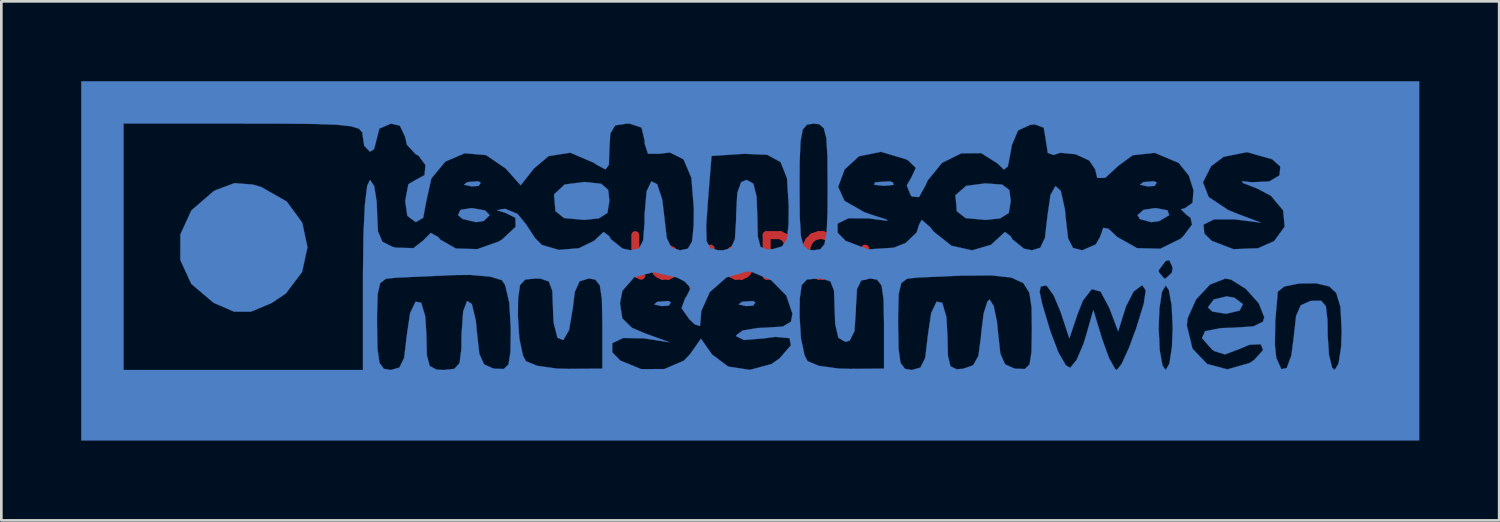
<source format=kicad_pcb>
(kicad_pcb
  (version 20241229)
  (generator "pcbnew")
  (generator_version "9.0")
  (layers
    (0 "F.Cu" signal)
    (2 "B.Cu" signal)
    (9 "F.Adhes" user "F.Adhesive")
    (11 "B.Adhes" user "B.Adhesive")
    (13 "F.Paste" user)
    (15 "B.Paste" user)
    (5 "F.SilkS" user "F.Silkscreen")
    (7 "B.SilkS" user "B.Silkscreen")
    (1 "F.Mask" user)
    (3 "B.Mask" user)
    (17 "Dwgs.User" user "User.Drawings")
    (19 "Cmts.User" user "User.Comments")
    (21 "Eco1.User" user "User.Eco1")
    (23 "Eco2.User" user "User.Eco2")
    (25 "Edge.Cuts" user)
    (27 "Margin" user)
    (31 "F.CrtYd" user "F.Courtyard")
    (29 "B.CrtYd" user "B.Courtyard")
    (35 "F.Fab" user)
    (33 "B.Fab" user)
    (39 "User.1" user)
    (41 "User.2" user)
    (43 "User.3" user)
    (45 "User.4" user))
  (footprint "logoBCu"
    (layer "F.Cu")
    (at 25.14 6.62)
    (property "Reference" "logoBCu" (at 0 0 0) (layer "F.Cu") (effects (font (size 1.524 1.524) (thickness 0.3))))
    (attr through_hole)
    (fp_poly (pts (xy -10.126 -2.806) (xy -10.205 -2.685) (xy -10.473 -2.667) (xy -10.755 -2.731) (xy -10.633 -2.827) (xy -10.219 -2.858) (xy -10.126 -2.806)) (stroke (width 0.01) (type solid)) (fill yes) (layer "B.Cu"))
    (fp_poly (pts (xy -2.982 1.692) (xy -3.061 1.812) (xy -3.329 1.831) (xy -3.612 1.767) (xy -3.489 1.671) (xy -3.076 1.64) (xy -2.982 1.692)) (stroke (width 0.01) (type solid)) (fill yes) (layer "B.Cu"))
    (fp_poly (pts (xy 0.193 1.692) (xy 0.114 1.812) (xy -0.154 1.831) (xy -0.437 1.767) (xy -0.314 1.671) (xy 0.099 1.64) (xy 0.193 1.692)) (stroke (width 0.01) (type solid)) (fill yes) (layer "B.Cu"))
    (fp_poly (pts (xy 5.358 -2.821) (xy 5.391 -2.724) (xy 5.027 -2.688) (xy 4.651 -2.729) (xy 4.696 -2.821) (xy 5.238 -2.856) (xy 5.358 -2.821)) (stroke (width 0.01) (type solid)) (fill yes) (layer "B.Cu"))
    (fp_poly (pts (xy 15.274 -2.806) (xy 15.195 -2.685) (xy 14.927 -2.667) (xy 14.645 -2.731) (xy 14.767 -2.827) (xy 15.181 -2.858) (xy 15.274 -2.806)) (stroke (width 0.01) (type solid)) (fill yes) (layer "B.Cu"))
    (fp_poly (pts (xy -9.962 -1.763) (xy -9.79 -1.587) (xy -10.01 -1.37) (xy -10.303 -1.323) (xy -10.81 -1.444) (xy -10.98 -1.587) (xy -10.887 -1.784) (xy -10.467 -1.852) (xy -9.962 -1.763)) (stroke (width 0.01) (type solid)) (fill yes) (layer "B.Cu"))
    (fp_poly (pts (xy 15.679 -1.768) (xy 15.743 -1.587) (xy 15.37 -1.365) (xy 15.066 -1.323) (xy 14.644 -1.437) (xy 14.552 -1.587) (xy 14.779 -1.785) (xy 15.229 -1.852) (xy 15.679 -1.768)) (stroke (width 0.01) (type solid)) (fill yes) (layer "B.Cu"))
    (fp_poly (pts (xy 18.19 1.516) (xy 18.512 1.757) (xy 18.39 1.999) (xy 17.893 2.116) (xy 17.859 2.117) (xy 17.362 2.036) (xy 17.198 1.88) (xy 17.416 1.583) (xy 17.901 1.467) (xy 18.19 1.516)) (stroke (width 0.01) (type solid)) (fill yes) (layer "B.Cu"))
    (fp_poly (pts (xy -5.601 -2.765) (xy -5.339 -2.538) (xy -5.293 -2.13) (xy -5.366 -1.671) (xy -5.685 -1.467) (xy -6.234 -1.407) (xy -6.999 -1.478) (xy -7.319 -1.738) (xy -7.373 -2.365) (xy -6.974 -2.736) (xy -6.236 -2.832) (xy -5.601 -2.765)) (stroke (width 0.01) (type solid)) (fill yes) (layer "B.Cu"))
    (fp_poly (pts (xy 9.465 -2.734) (xy 9.736 -2.531) (xy 9.788 -2.117) (xy 9.713 -1.666) (xy 9.387 -1.465) (xy 8.847 -1.407) (xy 8.094 -1.475) (xy 7.765 -1.729) (xy 7.71 -2.337) (xy 8.113 -2.685) (xy 8.82 -2.778) (xy 9.465 -2.734)) (stroke (width 0.01) (type solid)) (fill yes) (layer "B.Cu"))
    (fp_poly (pts (xy -18.688 -2.734) (xy -18.373 -2.641) (xy -17.415 -2.097) (xy -16.833 -1.301) (xy -16.637 -0.378) (xy -16.84 0.55) (xy -17.451 1.358) (xy -17.986 1.717) (xy -18.765 2.042) (xy -19.397 2.04) (xy -20.155 1.711) (xy -20.168 1.704) (xy -21 1) (xy -21.413 0.101) (xy -21.412 -0.863) (xy -20.997 -1.766) (xy -20.171 -2.479) (xy -20.084 -2.526) (xy -19.379 -2.788) (xy -18.688 -2.734)) (stroke (width 0.01) (type solid)) (fill yes) (layer "B.Cu"))
    (fp_poly (pts (xy 25.135 6.879) (xy -25.135 6.879) (xy -25.135 -5.027) (xy -23.548 -5.027) (xy -23.548 4.233) (xy -14.552 4.233) (xy -14.552 2.514) (xy -14.023 2.514) (xy -14.006 3.446) (xy -13.931 3.966) (xy -13.764 4.189) (xy -13.508 4.233) (xy -13.182 4.141) (xy -13.004 3.779) (xy -12.914 3.02) (xy -12.913 2.997) (xy -12.781 2.099) (xy -12.575 1.665) (xy -12.362 1.707) (xy -12.208 2.232) (xy -12.171 2.888) (xy -12.15 3.682) (xy -12.044 4.081) (xy -11.787 4.219) (xy -11.509 4.233) (xy -11.117 4.19) (xy -10.921 3.972) (xy -10.854 3.441) (xy -10.848 2.91) (xy -10.786 2.027) (xy -10.639 1.638) (xy -10.462 1.751) (xy -10.312 2.373) (xy -10.267 2.844) (xy -10.18 3.625) (xy -10.003 4.02) (xy -9.662 4.174) (xy -9.591 4.186) (xy -9.26 4.194) (xy -9.082 4.022) (xy -9.009 3.552) (xy -8.996 2.697) (xy -9.024 2.196) (xy -8.731 2.196) (xy -8.677 3.047) (xy -8.54 3.692) (xy -8.429 3.9) (xy -8.001 4.077) (xy -7.26 4.18) (xy -6.842 4.192) (xy -5.556 4.183) (xy -5.556 3.226) (xy -5.187 3.226) (xy -5.186 3.569) (xy -4.885 3.877) (xy -4.096 4.201) (xy -3.227 4.197) (xy -2.493 3.883) (xy -2.264 3.645) (xy -1.852 3.057) (xy -1.44 3.645) (xy -0.83 4.104) (xy -0.013 4.229) (xy 0.798 4.01) (xy 1.104 3.795) (xy 1.53 3.304) (xy 1.476 3.035) (xy 0.942 2.988) (xy 0.529 3.043) (xy -0.232 3.106) (xy -0.526 2.962) (xy -0.529 2.934) (xy -0.294 2.752) (xy 0.296 2.653) (xy 0.529 2.646) (xy 1.222 2.601) (xy 1.528 2.422) (xy 1.572 2.196) (xy 1.852 2.196) (xy 1.906 3.047) (xy 2.044 3.692) (xy 2.154 3.9) (xy 2.582 4.077) (xy 3.324 4.18) (xy 3.742 4.192) (xy 5.027 4.183) (xy 5.027 2.514) (xy 5.556 2.514) (xy 5.573 3.446) (xy 5.648 3.966) (xy 5.815 4.189) (xy 6.071 4.233) (xy 6.397 4.141) (xy 6.575 3.779) (xy 6.665 3.02) (xy 6.666 2.997) (xy 6.799 2.094) (xy 7.004 1.663) (xy 7.217 1.71) (xy 7.371 2.245) (xy 7.408 2.907) (xy 7.428 3.703) (xy 7.525 4.095) (xy 7.757 4.205) (xy 8.004 4.186) (xy 8.376 4.055) (xy 8.574 3.706) (xy 8.669 2.994) (xy 8.68 2.844) (xy 8.771 2.111) (xy 8.913 1.658) (xy 8.996 1.587) (xy 9.148 1.825) (xy 9.272 2.429) (xy 9.312 2.844) (xy 9.399 3.625) (xy 9.576 4.02) (xy 9.917 4.174) (xy 9.988 4.186) (xy 10.317 4.195) (xy 10.495 4.025) (xy 10.569 3.56) (xy 10.583 2.684) (xy 10.583 2.674) (xy 10.573 1.888) (xy 10.49 1.33) (xy 10.463 1.287) (xy 10.872 1.287) (xy 10.965 1.736) (xy 11.208 2.551) (xy 11.295 2.826) (xy 11.582 3.58) (xy 11.86 4.057) (xy 12.02 4.151) (xy 12.262 3.859) (xy 12.525 3.245) (xy 12.595 3.022) (xy 12.892 1.984) (xy 13.235 3.109) (xy 13.482 3.786) (xy 13.705 4.187) (xy 13.776 4.233) (xy 13.956 4.003) (xy 14.231 3.402) (xy 14.51 2.646) (xy 15.346 2.646) (xy 15.386 3.491) (xy 15.491 4.065) (xy 15.61 4.233) (xy 15.751 3.992) (xy 15.847 3.363) (xy 15.875 2.646) (xy 15.871 2.559) (xy 16.404 2.559) (xy 16.618 3.434) (xy 17.17 4.007) (xy 17.927 4.209) (xy 18.757 3.973) (xy 18.933 3.858) (xy 19.272 3.483) (xy 19.193 3.285) (xy 19.713 3.285) (xy 19.765 3.77) (xy 19.955 4.202) (xy 20.159 4.159) (xy 20.332 3.694) (xy 20.425 2.977) (xy 20.511 2.196) (xy 20.689 1.801) (xy 21.03 1.647) (xy 21.101 1.635) (xy 21.452 1.631) (xy 21.628 1.831) (xy 21.69 2.361) (xy 21.696 2.892) (xy 21.743 3.653) (xy 21.863 4.139) (xy 21.96 4.233) (xy 22.106 3.994) (xy 22.202 3.378) (xy 22.225 2.787) (xy 22.179 1.865) (xy 22.019 1.335) (xy 21.759 1.092) (xy 21.259 0.973) (xy 20.621 0.981) (xy 20.068 1.095) (xy 19.823 1.288) (xy 19.728 2.373) (xy 19.713 3.285) (xy 19.193 3.285) (xy 19.185 3.265) (xy 18.769 3.28) (xy 18.397 3.435) (xy 17.84 3.647) (xy 17.431 3.519) (xy 17.339 3.447) (xy 16.975 3.033) (xy 17.09 2.775) (xy 17.699 2.657) (xy 18.124 2.646) (xy 18.909 2.594) (xy 19.266 2.417) (xy 19.315 2.249) (xy 19.108 1.724) (xy 18.624 1.185) (xy 18.068 0.835) (xy 17.859 0.794) (xy 17.275 1.022) (xy 16.749 1.583) (xy 16.435 2.287) (xy 16.404 2.559) (xy 15.871 2.559) (xy 15.835 1.8) (xy 15.73 1.227) (xy 15.61 1.058) (xy 15.469 1.299) (xy 15.374 1.929) (xy 15.346 2.646) (xy 14.51 2.646) (xy 14.789 1.738) (xy 14.862 1.236) (xy 14.741 1.061) (xy 14.705 1.058) (xy 14.404 1.285) (xy 14.121 1.838) (xy 14.094 1.918) (xy 13.825 2.778) (xy 13.497 1.906) (xy 13.165 1.285) (xy 12.833 1.191) (xy 12.498 1.626) (xy 12.298 2.133) (xy 11.991 3.043) (xy 11.664 2.051) (xy 11.4 1.422) (xy 11.149 1.079) (xy 11.092 1.058) (xy 10.919 1.098) (xy 10.872 1.287) (xy 10.463 1.287) (xy 10.259 0.964) (xy 9.806 0.758) (xy 9.053 0.677) (xy 7.926 0.687) (xy 6.348 0.756) (xy 6.284 0.759) (xy 5.893 0.802) (xy 5.675 0.966) (xy 5.58 1.373) (xy 5.557 2.144) (xy 5.556 2.514) (xy 5.027 2.514) (xy 5.027 2.488) (xy 5.01 1.566) (xy 4.935 1.054) (xy 4.764 0.836) (xy 4.498 0.794) (xy 4.167 0.872) (xy 4.011 1.195) (xy 3.969 1.899) (xy 3.969 1.984) (xy 3.917 2.769) (xy 3.74 3.127) (xy 3.572 3.175) (xy 3.31 3.019) (xy 3.191 2.489) (xy 3.175 1.984) (xy 3.148 1.25) (xy 3.013 0.902) (xy 2.692 0.798) (xy 2.514 0.794) (xy 2.129 0.833) (xy 1.933 1.04) (xy 1.861 1.546) (xy 1.852 2.196) (xy 1.572 2.196) (xy 1.587 2.117) (xy 1.356 1.434) (xy 0.784 0.854) (xy 0.056 0.545) (xy 15.346 0.545) (xy 15.548 0.787) (xy 15.61 0.794) (xy 15.843 0.578) (xy 15.875 0.381) (xy 15.747 0.107) (xy 15.61 0.132) (xy 15.356 0.471) (xy 15.346 0.545) (xy 0.056 0.545) (xy 0.055 0.544) (xy -0.132 0.529) (xy -0.894 0.753) (xy -1.523 1.308) (xy -1.842 2.024) (xy -1.852 2.173) (xy -1.887 2.577) (xy -2.08 2.522) (xy -2.292 2.319) (xy -2.579 1.908) (xy -2.444 1.533) (xy -2.398 1.475) (xy -2.235 1.151) (xy -2.471 0.898) (xy -2.762 0.753) (xy -3.632 0.554) (xy -4.354 0.74) (xy -4.805 1.256) (xy -4.895 1.726) (xy -4.807 2.295) (xy -4.445 2.646) (xy -3.969 2.851) (xy -3.043 3.188) (xy -4.014 3.041) (xy -4.774 3.029) (xy -5.187 3.226) (xy -5.556 3.226) (xy -5.556 2.488) (xy -5.574 1.564) (xy -5.651 1.052) (xy -5.822 0.834) (xy -6.07 0.794) (xy -6.414 0.9) (xy -6.594 1.304) (xy -6.666 1.898) (xy -6.807 2.731) (xy -7.025 3.108) (xy -7.245 3.018) (xy -7.388 2.45) (xy -7.408 2.006) (xy -7.435 1.263) (xy -7.565 0.908) (xy -7.875 0.799) (xy -8.07 0.794) (xy -8.454 0.833) (xy -8.651 1.04) (xy -8.722 1.546) (xy -8.731 2.196) (xy -9.024 2.196) (xy -9.052 1.713) (xy -9.205 1.047) (xy -9.327 0.86) (xy -9.762 0.725) (xy -10.525 0.659) (xy -11.113 0.665) (xy -12.084 0.709) (xy -12.951 0.748) (xy -13.295 0.763) (xy -13.686 0.804) (xy -13.904 0.966) (xy -13.999 1.371) (xy -14.022 2.142) (xy -14.023 2.514) (xy -14.552 2.514) (xy -14.552 0.661) (xy -14.533 -0.847) (xy -14.479 -1.98) (xy -14.393 -2.685) (xy -14.287 -2.91) (xy -14.129 -2.674) (xy -14.035 -2.076) (xy -14.023 -1.725) (xy -13.988 -0.976) (xy -13.825 -0.589) (xy -13.45 -0.398) (xy -13.32 -0.363) (xy -12.654 -0.346) (xy -12.297 -0.625) (xy -12.002 -0.919) (xy -11.729 -0.764) (xy -11.644 -0.664) (xy -11.059 -0.331) (xy -10.257 -0.308) (xy -9.446 -0.595) (xy -9.319 -0.676) (xy -8.815 -1.146) (xy -8.823 -1.489) (xy -9.194 -1.67) (xy -9.512 -1.77) (xy -9.319 -1.813) (xy -9.204 -1.821) (xy -8.746 -1.634) (xy -8.436 -1.257) (xy -8.084 -0.722) (xy -7.832 -0.467) (xy -7.192 -0.278) (xy -6.437 -0.342) (xy -5.854 -0.628) (xy -5.807 -0.678) (xy -5.51 -0.955) (xy -5.302 -0.797) (xy -5.232 -0.678) (xy -4.797 -0.329) (xy -4.485 -0.265) (xy -4.177 -0.337) (xy -4.022 -0.64) (xy -3.971 -1.301) (xy -3.969 -1.61) (xy -3.894 -2.478) (xy -3.715 -2.855) (xy -3.498 -2.75) (xy -3.308 -2.174) (xy -3.227 -1.501) (xy -3.138 -0.731) (xy -2.963 -0.361) (xy -2.641 -0.265) (xy -2.631 -0.265) (xy -2.341 -0.328) (xy -2.185 -0.598) (xy -2.127 -1.173) (xy -1.656 -1.173) (xy -1.64 -0.61) (xy -1.506 -0.346) (xy -1.219 -0.269) (xy -1.014 -0.265) (xy -0.721 -0.35) (xy -0.575 -0.688) (xy -0.53 -1.405) (xy -0.529 -1.587) (xy -0.487 -2.419) (xy -0.34 -2.826) (xy -0.132 -2.91) (xy 0.116 -2.77) (xy 0.238 -2.285) (xy 0.265 -1.569) (xy 0.285 -0.781) (xy 0.385 -0.397) (xy 0.624 -0.292) (xy 0.86 -0.312) (xy 1.196 -0.411) (xy 1.374 -0.673) (xy 1.441 -1.232) (xy 1.448 -1.932) (xy 1.403 -2.646) (xy 1.852 -2.646) (xy 1.861 -1.514) (xy 1.902 -0.811) (xy 1.999 -0.436) (xy 2.173 -0.288) (xy 2.381 -0.265) (xy 2.633 -0.304) (xy 2.789 -0.491) (xy 2.872 -0.925) (xy 2.887 -1.269) (xy 3.281 -1.269) (xy 3.285 -0.923) (xy 3.582 -0.621) (xy 4.426 -0.299) (xy 5.393 -0.362) (xy 5.838 -0.538) (xy 6.251 -0.934) (xy 6.35 -1.236) (xy 6.445 -1.409) (xy 6.752 -1.141) (xy 6.898 -0.962) (xy 7.564 -0.435) (xy 8.339 -0.263) (xy 9.042 -0.469) (xy 9.274 -0.678) (xy 9.571 -0.955) (xy 9.78 -0.797) (xy 9.849 -0.678) (xy 10.286 -0.326) (xy 10.582 -0.265) (xy 10.9 -0.361) (xy 11.074 -0.732) (xy 11.163 -1.505) (xy 11.164 -1.521) (xy 11.285 -2.354) (xy 11.472 -2.677) (xy 11.669 -2.494) (xy 11.822 -1.811) (xy 11.855 -1.459) (xy 11.944 -0.709) (xy 12.125 -0.355) (xy 12.465 -0.265) (xy 12.475 -0.265) (xy 12.983 -0.484) (xy 13.146 -0.769) (xy 13.267 -1.111) (xy 13.461 -1.074) (xy 13.783 -0.769) (xy 14.537 -0.345) (xy 15.405 -0.322) (xy 16.172 -0.697) (xy 16.286 -0.81) (xy 16.603 -1.233) (xy 16.545 -1.487) (xy 16.394 -1.6) (xy 16.183 -1.804) (xy 16.338 -1.848) (xy 16.62 -2.049) (xy 16.658 -2.52) (xy 16.563 -2.819) (xy 17.009 -2.819) (xy 17.225 -2.267) (xy 17.958 -1.779) (xy 18.282 -1.645) (xy 19.182 -1.306) (xy 18.195 -1.429) (xy 17.428 -1.428) (xy 17.031 -1.23) (xy 17.063 -0.89) (xy 17.34 -0.621) (xy 18.158 -0.306) (xy 19.081 -0.342) (xy 19.686 -0.61) (xy 20.081 -1.151) (xy 20.027 -1.762) (xy 19.567 -2.314) (xy 19.05 -2.587) (xy 18.521 -2.793) (xy 18.474 -2.861) (xy 18.85 -2.822) (xy 19.502 -2.851) (xy 19.888 -3.082) (xy 19.919 -3.413) (xy 19.614 -3.686) (xy 18.668 -3.954) (xy 17.789 -3.78) (xy 17.316 -3.424) (xy 17.009 -2.819) (xy 16.563 -2.819) (xy 16.48 -3.076) (xy 16.114 -3.533) (xy 16.081 -3.557) (xy 15.2 -3.928) (xy 14.37 -3.838) (xy 13.829 -3.44) (xy 13.336 -2.986) (xy 13.038 -2.987) (xy 12.965 -3.302) (xy 12.74 -3.64) (xy 12.223 -3.876) (xy 11.653 -3.93) (xy 11.392 -3.846) (xy 11.181 -3.926) (xy 11.113 -4.368) (xy 11.03 -4.872) (xy 10.695 -4.997) (xy 10.517 -4.979) (xy 10.063 -4.769) (xy 9.828 -4.215) (xy 9.79 -3.992) (xy 9.679 -3.418) (xy 9.533 -3.297) (xy 9.294 -3.529) (xy 8.678 -3.918) (xy 7.931 -3.91) (xy 7.208 -3.553) (xy 6.668 -2.892) (xy 6.592 -2.719) (xy 6.341 -2.265) (xy 6.079 -2.285) (xy 6.034 -2.327) (xy 5.883 -2.702) (xy 6.061 -3.013) (xy 6.223 -3.362) (xy 5.936 -3.641) (xy 5.855 -3.686) (xy 4.916 -3.966) (xy 4.086 -3.799) (xy 3.547 -3.306) (xy 3.302 -2.649) (xy 3.541 -2.123) (xy 4.282 -1.699) (xy 4.597 -1.589) (xy 5.112 -1.423) (xy 5.157 -1.376) (xy 4.708 -1.43) (xy 4.452 -1.466) (xy 3.692 -1.471) (xy 3.281 -1.269) (xy 2.887 -1.269) (xy 2.905 -1.707) (xy 2.91 -2.646) (xy 2.902 -3.777) (xy 2.86 -4.48) (xy 2.764 -4.856) (xy 2.59 -5.004) (xy 2.381 -5.027) (xy 2.13 -4.987) (xy 1.974 -4.801) (xy 1.89 -4.367) (xy 1.857 -3.585) (xy 1.852 -2.646) (xy 1.403 -2.646) (xy 1.383 -2.97) (xy 1.142 -3.58) (xy 0.636 -3.855) (xy -0.225 -3.891) (xy -0.397 -3.881) (xy -1.455 -3.812) (xy -1.588 -2.149) (xy -1.656 -1.173) (xy -2.127 -1.173) (xy -2.125 -1.197) (xy -2.117 -1.82) (xy -2.211 -2.987) (xy -2.506 -3.685) (xy -3.018 -3.941) (xy -3.438 -3.892) (xy -3.841 -3.893) (xy -3.966 -4.272) (xy -3.969 -4.39) (xy -4.084 -4.877) (xy -4.529 -5.025) (xy -4.63 -5.027) (xy -5.075 -4.959) (xy -5.259 -4.653) (xy -5.292 -4.086) (xy -5.312 -3.476) (xy -5.44 -3.305) (xy -5.775 -3.484) (xy -5.88 -3.557) (xy -6.764 -3.933) (xy -7.574 -3.806) (xy -8.13 -3.338) (xy -8.626 -2.708) (xy -9.188 -3.338) (xy -9.925 -3.843) (xy -10.726 -3.912) (xy -11.456 -3.601) (xy -11.983 -2.965) (xy -12.171 -2.117) (xy -12.289 -1.487) (xy -12.568 -1.323) (xy -12.883 -1.56) (xy -12.965 -2.117) (xy -12.846 -2.747) (xy -12.568 -2.91) (xy -12.237 -3.09) (xy -12.203 -3.473) (xy -12.464 -3.822) (xy -12.568 -3.873) (xy -12.902 -4.234) (xy -12.965 -4.526) (xy -13.165 -4.948) (xy -13.494 -5.027) (xy -13.936 -4.84) (xy -14.023 -4.498) (xy -14.134 -4.068) (xy -14.287 -3.969) (xy -14.502 -4.19) (xy -14.552 -4.498) (xy -14.576 -4.691) (xy -14.696 -4.83) (xy -14.986 -4.924) (xy -15.521 -4.983) (xy -16.373 -5.013) (xy -17.618 -5.025) (xy -19.05 -5.027) (xy -23.548 -5.027) (xy -25.135 -5.027) (xy -25.135 -6.615) (xy 25.135 -6.615) (xy 25.135 6.879)) (stroke (width 0.01) (type solid)) (fill yes) (layer "B.Cu")))
  (gr_rect
    (start -3 -3)
    (end 53.281 16.504)
    (stroke (width 0.1) (type default))
    (fill no)
    (layer "Edge.Cuts")))
</source>
